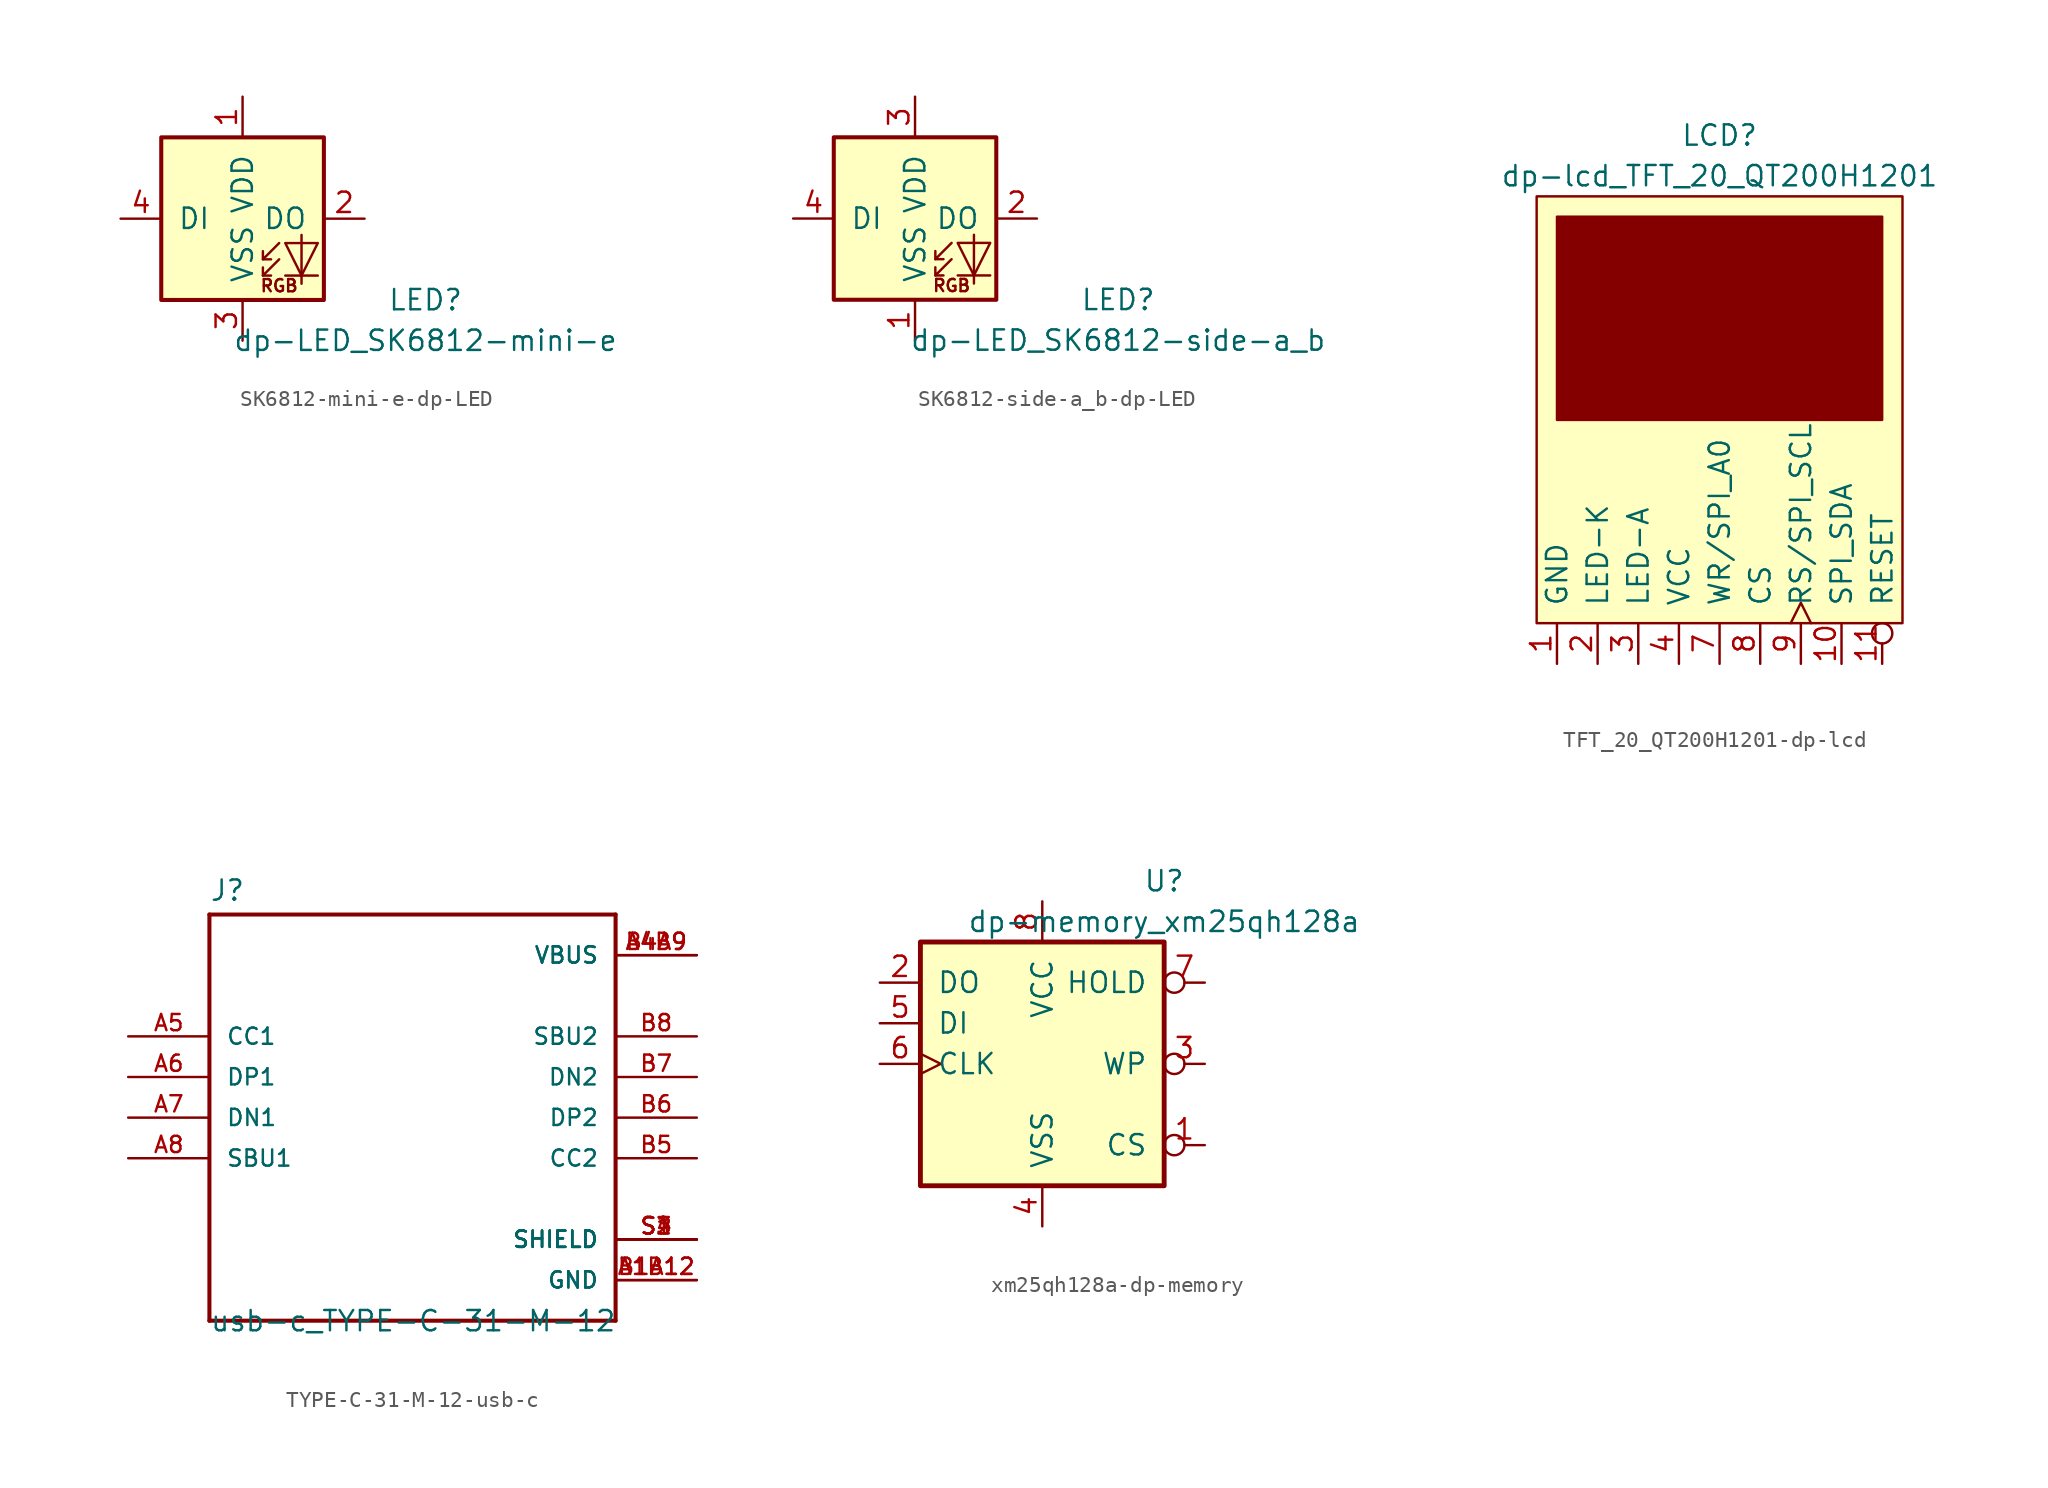
<source format=kicad_sym>
(kicad_symbol_lib
  (version 20220914)
  (generator kicad_symbol_editor)
  (symbol "SK6812-mini-e-dp-LED"
    (pin_names
      (offset 1.016))
    (property "Reference" "LED"
      (at 11.43 -5.08 0)
      (effects (font (size 1.27 1.27))))
    (property "Value" "dp-LED_SK6812-mini-e"
      (at 11.43 -7.62 0)
      (effects (font (size 1.27 1.27))))
    (symbol "SK6812-mini-e-dp-LED_1_1"
      (polyline (pts (xy 1.27 -3.556) (xy 1.778 -3.556)) (stroke (width 0) (type solid)) (fill (type none)))
      (polyline (pts (xy 1.27 -2.54) (xy 1.778 -2.54)) (stroke (width 0) (type solid)) (fill (type none)))
      (polyline (pts (xy 4.699 -3.556) (xy 2.667 -3.556)) (stroke (width 0) (type solid)) (fill (type none)))
      (polyline (pts (xy 2.286 -2.54) (xy 1.27 -3.556) (xy 1.27 -3.048)) (stroke (width 0) (type solid)) (fill (type none)))
      (polyline (pts (xy 2.286 -1.524) (xy 1.27 -2.54) (xy 1.27 -2.032)) (stroke (width 0) (type solid)) (fill (type none)))
      (polyline (pts (xy 3.683 -1.016) (xy 3.683 -3.556) (xy 3.683 -4.064)) (stroke (width 0) (type solid)) (fill (type none)))
      (polyline (pts (xy 4.699 -1.524) (xy 2.667 -1.524) (xy 3.683 -3.556) (xy 4.699 -1.524)) (stroke (width 0) (type solid)) (fill (type none)))
      (rectangle (start 5.08 5.08) (end -5.08 -5.08) (stroke (width 0.254) (type solid)) (fill (type background)))
      (text "RGB" (at 2.286 -4.191 0) (effects (font (size 0.762 0.762))))
      (pin power_in line (at 0 7.62 270) (length 2.54) (name "VDD" (effects (font (size 1.27 1.27)))) (number "1" (effects (font (size 1.27 1.27)))))
      (pin output line (at 7.62 0 180) (length 2.54) (name "DO" (effects (font (size 1.27 1.27)))) (number "2" (effects (font (size 1.27 1.27)))))
      (pin power_in line (at 0 -7.62 90) (length 2.54) (name "VSS" (effects (font (size 1.27 1.27)))) (number "3" (effects (font (size 1.27 1.27)))))
      (pin input line (at -7.62 0 0) (length 2.54) (name "DI" (effects (font (size 1.27 1.27)))) (number "4" (effects (font (size 1.27 1.27)))))))
  (symbol "SK6812-side-a_b-dp-LED"
    (pin_names
      (offset 1.016))
    (property "Reference" "LED"
      (at 12.7 -5.08 0)
      (effects (font (size 1.27 1.27))))
    (property "Value" "dp-LED_SK6812-side-a_b"
      (at 12.7 -7.62 0)
      (effects (font (size 1.27 1.27))))
    (symbol "SK6812-side-a_b-dp-LED_1_1"
      (polyline (pts (xy 1.27 -3.556) (xy 1.778 -3.556)) (stroke (width 0) (type solid)) (fill (type none)))
      (polyline (pts (xy 1.27 -2.54) (xy 1.778 -2.54)) (stroke (width 0) (type solid)) (fill (type none)))
      (polyline (pts (xy 4.699 -3.556) (xy 2.667 -3.556)) (stroke (width 0) (type solid)) (fill (type none)))
      (polyline (pts (xy 2.286 -2.54) (xy 1.27 -3.556) (xy 1.27 -3.048)) (stroke (width 0) (type solid)) (fill (type none)))
      (polyline (pts (xy 2.286 -1.524) (xy 1.27 -2.54) (xy 1.27 -2.032)) (stroke (width 0) (type solid)) (fill (type none)))
      (polyline (pts (xy 3.683 -1.016) (xy 3.683 -3.556) (xy 3.683 -4.064)) (stroke (width 0) (type solid)) (fill (type none)))
      (polyline (pts (xy 4.699 -1.524) (xy 2.667 -1.524) (xy 3.683 -3.556) (xy 4.699 -1.524)) (stroke (width 0) (type solid)) (fill (type none)))
      (rectangle (start 5.08 5.08) (end -5.08 -5.08) (stroke (width 0.254) (type solid)) (fill (type background)))
      (text "RGB" (at 2.286 -4.191 0) (effects (font (size 0.762 0.762))))
      (pin power_in line (at 0 -7.62 90) (length 2.54) (name "VSS" (effects (font (size 1.27 1.27)))) (number "1" (effects (font (size 1.27 1.27)))))
      (pin output line (at 7.62 0 180) (length 2.54) (name "DO" (effects (font (size 1.27 1.27)))) (number "2" (effects (font (size 1.27 1.27)))))
      (pin power_in line (at 0 7.62 270) (length 2.54) (name "VDD" (effects (font (size 1.27 1.27)))) (number "3" (effects (font (size 1.27 1.27)))))
      (pin input line (at -7.62 0 0) (length 2.54) (name "DI" (effects (font (size 1.27 1.27)))) (number "4" (effects (font (size 1.27 1.27)))))))
  (symbol "TFT_20_QT200H1201-dp-lcd"
    (pin_names
      (offset 1.016))
    (property "Reference" "LCD"
      (at 0 11.43 0)
      (effects (font (size 1.27 1.27))))
    (property "Value" "dp-lcd_TFT_20_QT200H1201"
      (at 0 8.89 0)
      (effects (font (size 1.27 1.27))))
    (symbol "TFT_20_QT200H1201-dp-lcd_0_0"
      (pin power_in line (at -13.97 -2.54 0) (length 2.54) hide (name "GND" (effects (font (size 1.27 1.27)))) (number "12" (effects (font (size 1.27 1.27)))))
      (pin power_in line (at -13.97 2.54 0) (length 2.54) hide (name "GND" (effects (font (size 1.27 1.27)))) (number "5" (effects (font (size 1.27 1.27)))))
      (pin power_in line (at -13.97 0 0) (length 2.54) hide (name "GND" (effects (font (size 1.27 1.27)))) (number "6" (effects (font (size 1.27 1.27))))))
    (symbol "TFT_20_QT200H1201-dp-lcd_0_1"
      (rectangle (start -11.43 7.62) (end 11.43 -19.05) (stroke (width 0) (type solid)) (fill (type background)))
      (rectangle (start -10.16 6.35) (end 10.16 -6.35) (stroke (width 0) (type solid)) (fill (type outline))))
    (symbol "TFT_20_QT200H1201-dp-lcd_1_1"
      (pin power_in line (at -10.16 -21.59 90) (length 2.54) (name "GND" (effects (font (size 1.27 1.27)))) (number "1" (effects (font (size 1.27 1.27)))))
      (pin bidirectional line (at 7.62 -21.59 90) (length 2.54) (name "SPI_SDA" (effects (font (size 1.27 1.27)))) (number "10" (effects (font (size 1.27 1.27)))))
      (pin input inverted (at 10.16 -21.59 90) (length 2.54) (name "RESET" (effects (font (size 1.27 1.27)))) (number "11" (effects (font (size 1.27 1.27)))))
      (pin bidirectional line (at -7.62 -21.59 90) (length 2.54) (name "LED-K" (effects (font (size 1.27 1.27)))) (number "2" (effects (font (size 1.27 1.27)))))
      (pin bidirectional line (at -5.08 -21.59 90) (length 2.54) (name "LED-A" (effects (font (size 1.27 1.27)))) (number "3" (effects (font (size 1.27 1.27)))))
      (pin power_in line (at -2.54 -21.59 90) (length 2.54) (name "VCC" (effects (font (size 1.27 1.27)))) (number "4" (effects (font (size 1.27 1.27)))))
      (pin input line (at 0 -21.59 90) (length 2.54) (name "WR/SPI_A0" (effects (font (size 1.27 1.27)))) (number "7" (effects (font (size 1.27 1.27)))))
      (pin input line (at 2.54 -21.59 90) (length 2.54) (name "CS" (effects (font (size 1.27 1.27)))) (number "8" (effects (font (size 1.27 1.27)))))
      (pin input clock (at 5.08 -21.59 90) (length 2.54) (name "RS/SPI_SCL" (effects (font (size 1.27 1.27)))) (number "9" (effects (font (size 1.27 1.27)))))))
  (symbol "TYPE-C-31-M-12-usb-c"
    (pin_names
      (offset 1.016))
    (property "Reference" "J"
      (at -12.7 13.462 0)
      (effects (font (size 1.27 1.27)) (justify left bottom)))
    (property "Value" "usb-c_TYPE-C-31-M-12"
      (at -12.7 -13.462 0)
      (effects (font (size 1.27 1.27)) (justify left bottom)))
    (property "ki_locked" ""
      (at 0 0 0)
      (effects (font (size 1.27 1.27))))
    (symbol "TYPE-C-31-M-12-usb-c_0_0"
      (polyline (pts (xy -12.7 -12.7) (xy -12.7 12.7)) (stroke (width 0.254) (type solid)) (fill (type none)))
      (polyline (pts (xy -12.7 12.7) (xy 12.7 12.7)) (stroke (width 0.254) (type solid)) (fill (type none)))
      (polyline (pts (xy 12.7 -12.7) (xy -12.7 -12.7)) (stroke (width 0.254) (type solid)) (fill (type none)))
      (polyline (pts (xy 12.7 12.7) (xy 12.7 -12.7)) (stroke (width 0.254) (type solid)) (fill (type none)))
      (pin power_in line (at 17.78 -10.16 180) (length 5.08) (name "GND" (effects (font (size 1.016 1.016)))) (number "A1B12" (effects (font (size 1.016 1.016)))))
      (pin power_in line (at 17.78 10.16 180) (length 5.08) (name "VBUS" (effects (font (size 1.016 1.016)))) (number "A4B9" (effects (font (size 1.016 1.016)))))
      (pin bidirectional line (at -17.78 5.08 0) (length 5.08) (name "CC1" (effects (font (size 1.016 1.016)))) (number "A5" (effects (font (size 1.016 1.016)))))
      (pin bidirectional line (at -17.78 2.54 0) (length 5.08) (name "DP1" (effects (font (size 1.016 1.016)))) (number "A6" (effects (font (size 1.016 1.016)))))
      (pin bidirectional line (at -17.78 0 0) (length 5.08) (name "DN1" (effects (font (size 1.016 1.016)))) (number "A7" (effects (font (size 1.016 1.016)))))
      (pin bidirectional line (at -17.78 -2.54 0) (length 5.08) (name "SBU1" (effects (font (size 1.016 1.016)))) (number "A8" (effects (font (size 1.016 1.016)))))
      (pin power_in line (at 17.78 -10.16 180) (length 5.08) (name "GND" (effects (font (size 1.016 1.016)))) (number "B1A12" (effects (font (size 1.016 1.016)))))
      (pin power_in line (at 17.78 10.16 180) (length 5.08) (name "VBUS" (effects (font (size 1.016 1.016)))) (number "B4A9" (effects (font (size 1.016 1.016)))))
      (pin bidirectional line (at 17.78 -2.54 180) (length 5.08) (name "CC2" (effects (font (size 1.016 1.016)))) (number "B5" (effects (font (size 1.016 1.016)))))
      (pin bidirectional line (at 17.78 0 180) (length 5.08) (name "DP2" (effects (font (size 1.016 1.016)))) (number "B6" (effects (font (size 1.016 1.016)))))
      (pin bidirectional line (at 17.78 2.54 180) (length 5.08) (name "DN2" (effects (font (size 1.016 1.016)))) (number "B7" (effects (font (size 1.016 1.016)))))
      (pin bidirectional line (at 17.78 5.08 180) (length 5.08) (name "SBU2" (effects (font (size 1.016 1.016)))) (number "B8" (effects (font (size 1.016 1.016)))))
      (pin passive line (at 17.78 -7.62 180) (length 5.08) (name "SHIELD" (effects (font (size 1.016 1.016)))) (number "S1" (effects (font (size 1.016 1.016)))))
      (pin passive line (at 17.78 -7.62 180) (length 5.08) (name "SHIELD" (effects (font (size 1.016 1.016)))) (number "S2" (effects (font (size 1.016 1.016)))))
      (pin passive line (at 17.78 -7.62 180) (length 5.08) (name "SHIELD" (effects (font (size 1.016 1.016)))) (number "S3" (effects (font (size 1.016 1.016)))))
      (pin passive line (at 17.78 -7.62 180) (length 5.08) (name "SHIELD" (effects (font (size 1.016 1.016)))) (number "S4" (effects (font (size 1.016 1.016)))))))
  (symbol "xm25qh128a-dp-memory"
    (pin_names
      (offset 1.016))
    (property "Reference" "U"
      (at 7.62 16.51 0)
      (effects (font (size 1.27 1.27))))
    (property "Value" "dp-memory_xm25qh128a"
      (at 7.62 13.97 0)
      (effects (font (size 1.27 1.27))))
    (symbol "xm25qh128a-dp-memory_1_1"
      (rectangle (start -7.62 12.7) (end 7.62 -2.54) (stroke (width 0.305) (type solid)) (fill (type background)))
      (pin input inverted (at 10.16 0 180) (length 2.54) (name "CS" (effects (font (size 1.27 1.27)))) (number "1" (effects (font (size 1.27 1.27)))))
      (pin output line (at -10.16 10.16 0) (length 2.54) (name "DO" (effects (font (size 1.27 1.27)))) (number "2" (effects (font (size 1.27 1.27)))))
      (pin input inverted (at 10.16 5.08 180) (length 2.54) (name "WP" (effects (font (size 1.27 1.27)))) (number "3" (effects (font (size 1.27 1.27)))))
      (pin power_in line (at 0 -5.08 90) (length 2.54) (name "VSS" (effects (font (size 1.27 1.27)))) (number "4" (effects (font (size 1.27 1.27)))))
      (pin input line (at -10.16 7.62 0) (length 2.54) (name "DI" (effects (font (size 1.27 1.27)))) (number "5" (effects (font (size 1.27 1.27)))))
      (pin input clock (at -10.16 5.08 0) (length 2.54) (name "CLK" (effects (font (size 1.27 1.27)))) (number "6" (effects (font (size 1.27 1.27)))))
      (pin input inverted (at 10.16 10.16 180) (length 2.54) (name "HOLD" (effects (font (size 1.27 1.27)))) (number "7" (effects (font (size 1.27 1.27)))))
      (pin power_in line (at 0 15.24 270) (length 2.54) (name "VCC" (effects (font (size 1.27 1.27)))) (number "8" (effects (font (size 1.27 1.27))))))))
</source>
